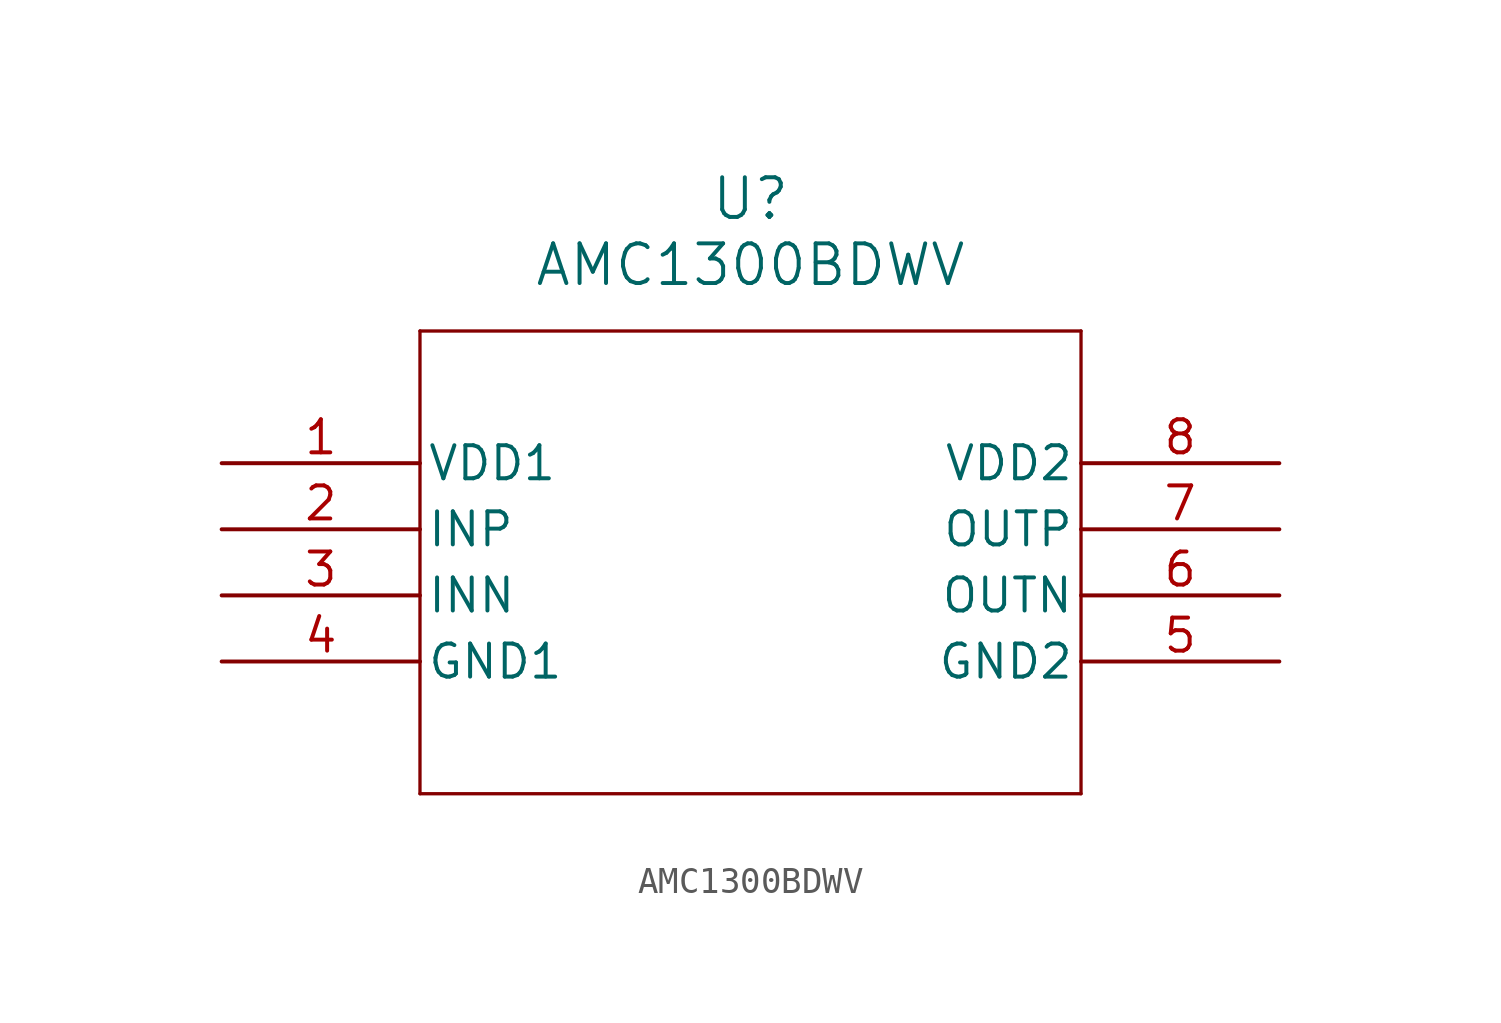
<source format=kicad_sym>
(kicad_symbol_lib
  (version 20211014)
  (generator kicad_symbol_editor)
  (symbol "AMC1300BDWV"
    (pin_names
      (offset 0.254))
    (property "Reference" "U"
      (at 20.32 10.16 0)
      (effects (font (size 1.524 1.524))))
    (property "Value" "AMC1300BDWV"
      (at 20.32 7.62 0)
      (effects (font (size 1.524 1.524))))
    (symbol "AMC1300BDWV_0_1"
      (polyline (pts (xy 7.62 5.08) (xy 7.62 -12.7)) (stroke (width 0.127) (type default) (color 0 0 0 0)) (fill (type none)))
      (polyline (pts (xy 7.62 -12.7) (xy 33.02 -12.7)) (stroke (width 0.127) (type default) (color 0 0 0 0)) (fill (type none)))
      (polyline (pts (xy 33.02 -12.7) (xy 33.02 5.08)) (stroke (width 0.127) (type default) (color 0 0 0 0)) (fill (type none)))
      (polyline (pts (xy 33.02 5.08) (xy 7.62 5.08)) (stroke (width 0.127) (type default) (color 0 0 0 0)) (fill (type none)))
      (pin power_in line (at 0 0 0) (length 7.62) (name "VDD1" (effects (font (size 1.27 1.27)))) (number "1" (effects (font (size 1.27 1.27)))))
      (pin unspecified line (at 0 -2.54 0) (length 7.62) (name "INP" (effects (font (size 1.27 1.27)))) (number "2" (effects (font (size 1.27 1.27)))))
      (pin unspecified line (at 0 -5.08 0) (length 7.62) (name "INN" (effects (font (size 1.27 1.27)))) (number "3" (effects (font (size 1.27 1.27)))))
      (pin power_out line (at 0 -7.62 0) (length 7.62) (name "GND1" (effects (font (size 1.27 1.27)))) (number "4" (effects (font (size 1.27 1.27)))))
      (pin power_out line (at 40.64 -7.62 180) (length 7.62) (name "GND2" (effects (font (size 1.27 1.27)))) (number "5" (effects (font (size 1.27 1.27)))))
      (pin unspecified line (at 40.64 -5.08 180) (length 7.62) (name "OUTN" (effects (font (size 1.27 1.27)))) (number "6" (effects (font (size 1.27 1.27)))))
      (pin unspecified line (at 40.64 -2.54 180) (length 7.62) (name "OUTP" (effects (font (size 1.27 1.27)))) (number "7" (effects (font (size 1.27 1.27)))))
      (pin power_in line (at 40.64 0 180) (length 7.62) (name "VDD2" (effects (font (size 1.27 1.27)))) (number "8" (effects (font (size 1.27 1.27))))))))
</source>
